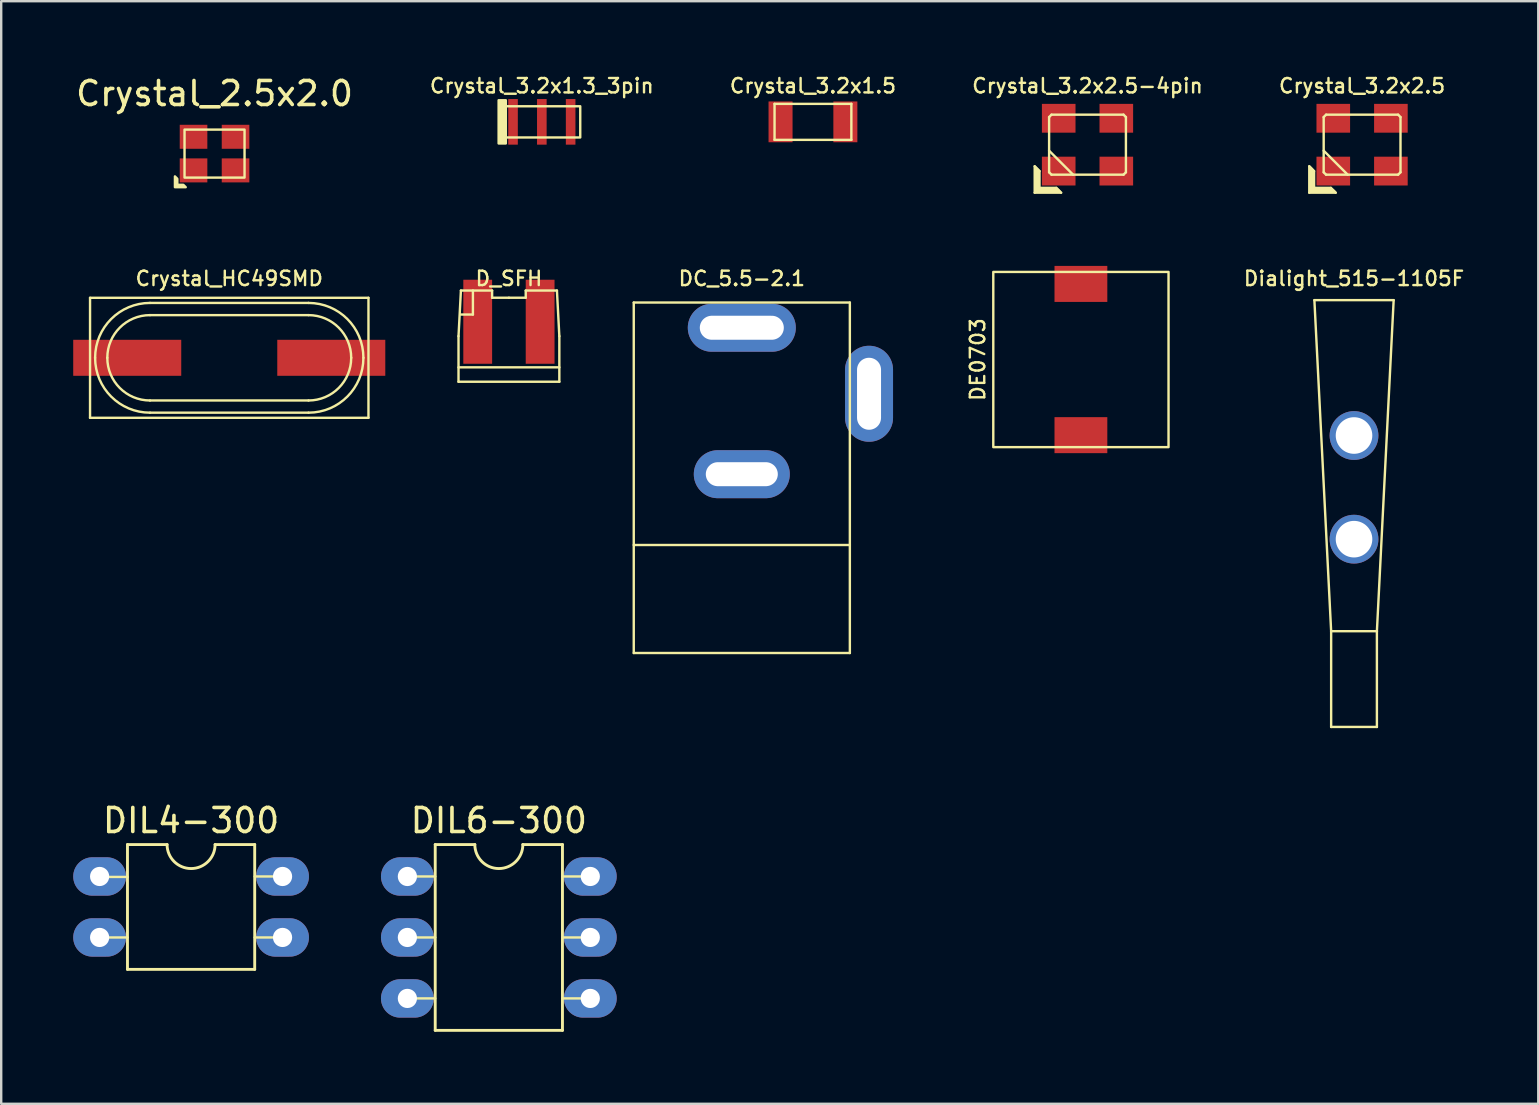
<source format=kicad_pcb>
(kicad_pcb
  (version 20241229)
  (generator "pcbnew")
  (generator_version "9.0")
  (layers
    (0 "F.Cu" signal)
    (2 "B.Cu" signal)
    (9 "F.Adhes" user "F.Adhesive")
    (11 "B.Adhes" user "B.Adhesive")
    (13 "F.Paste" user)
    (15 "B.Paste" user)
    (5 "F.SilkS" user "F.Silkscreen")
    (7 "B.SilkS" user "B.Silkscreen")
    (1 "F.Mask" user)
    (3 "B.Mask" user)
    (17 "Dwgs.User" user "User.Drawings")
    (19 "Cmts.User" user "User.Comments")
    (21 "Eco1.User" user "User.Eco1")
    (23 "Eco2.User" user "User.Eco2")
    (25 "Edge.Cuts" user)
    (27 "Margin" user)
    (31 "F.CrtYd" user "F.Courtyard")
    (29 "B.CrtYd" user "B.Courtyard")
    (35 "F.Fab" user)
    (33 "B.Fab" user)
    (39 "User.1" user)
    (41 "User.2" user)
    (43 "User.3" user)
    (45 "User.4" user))
  (footprint "Crystal_3.2x1.5"
    (layer "F.Cu")
    (at 30.815 2.026)
    (property "Reference" "Crystal_3.2x1.5" (at 0 -1.5 0) (layer "F.SilkS") (effects (font (size 0.6 0.6) (thickness 0.1))))
    (attr smd)
    (fp_line (start -1.6 -0.75) (end -1.6 0.75) (stroke (width 0.1) (type solid)) (layer "F.SilkS"))
    (fp_line (start -1.6 0.75) (end 1.6 0.75) (stroke (width 0.1) (type solid)) (layer "F.SilkS"))
    (fp_line (start 1.6 -0.75) (end -1.6 -0.75) (stroke (width 0.1) (type solid)) (layer "F.SilkS"))
    (fp_line (start 1.6 0.75) (end 1.6 -0.75) (stroke (width 0.1) (type solid)) (layer "F.SilkS"))
    (pad "1" smd rect (at -1.35 0) (size 1 1.7) (layers "F.Cu" "F.Mask" "F.Paste"))
    (pad "2" smd rect (at 1.35 0) (size 1 1.7) (layers "F.Cu" "F.Mask" "F.Paste")))
  (footprint "DIL6-300"
    (layer "F.Cu")
    (at 17.73 36.001)
    (property "Reference" "DIL6-300" (at 0 -4.87 0) (layer "F.SilkS") (effects (font (size 1 1) (thickness 0.15))))
    (attr through_hole)
    (fp_line (start -3.81 -2.54) (end -2.65 -2.54) (stroke (width 0.1) (type solid)) (layer "F.SilkS"))
    (fp_line (start -3.81 0) (end -2.65 0) (stroke (width 0.1) (type solid)) (layer "F.SilkS"))
    (fp_line (start -3.81 2.54) (end -2.65 2.54) (stroke (width 0.1) (type solid)) (layer "F.SilkS"))
    (fp_line (start -2.65 -3.87) (end -2.65 3.87) (stroke (width 0.12) (type solid)) (layer "F.SilkS"))
    (fp_line (start -2.65 3.87) (end 2.65 3.87) (stroke (width 0.12) (type solid)) (layer "F.SilkS"))
    (fp_line (start -1 -3.87) (end -2.65 -3.87) (stroke (width 0.12) (type solid)) (layer "F.SilkS"))
    (fp_line (start 2.65 -3.87) (end 1 -3.87) (stroke (width 0.12) (type solid)) (layer "F.SilkS"))
    (fp_line (start 2.65 3.87) (end 2.65 -3.87) (stroke (width 0.12) (type solid)) (layer "F.SilkS"))
    (fp_line (start 3.81 -2.54) (end 2.65 -2.54) (stroke (width 0.1) (type solid)) (layer "F.SilkS"))
    (fp_line (start 3.81 0) (end 2.65 0) (stroke (width 0.1) (type solid)) (layer "F.SilkS"))
    (fp_line (start 3.81 2.54) (end 2.65 2.54) (stroke (width 0.1) (type solid)) (layer "F.SilkS"))
    (fp_arc (start 1 -3.87) (mid 0 -2.87) (end -1 -3.87) (stroke (width 0.12) (type solid)) (layer "F.SilkS"))
    (pad "1" thru_hole oval (at -3.81 -2.54) (size 2.2 1.6) (drill 0.8) (layers "*.Cu" "*.Mask"))
    (pad "2" thru_hole oval (at -3.81 0) (size 2.2 1.6) (drill 0.8) (layers "*.Cu" "*.Mask"))
    (pad "3" thru_hole oval (at -3.81 2.54) (size 2.2 1.6) (drill 0.8) (layers "*.Cu" "*.Mask"))
    (pad "4" thru_hole oval (at 3.81 2.54) (size 2.2 1.6) (drill 0.8) (layers "*.Cu" "*.Mask"))
    (pad "5" thru_hole oval (at 3.81 0) (size 2.2 1.6) (drill 0.8) (layers "*.Cu" "*.Mask"))
    (pad "6" thru_hole oval (at 3.81 -2.54) (size 2.2 1.6) (drill 0.8) (layers "*.Cu" "*.Mask")))
  (footprint "Dialight_515-1105F"
    (layer "F.Cu")
    (at 53.353 18.353)
    (property "Reference" "Dialight_515-1105F" (at 0 -9.8 0) (unlocked yes) (layer "F.SilkS") (effects (font (size 0.6 0.6) (thickness 0.1))))
    (fp_line (start -1.65 -8.9) (end 1.652 -8.9) (stroke (width 0.1) (type default)) (layer "F.SilkS"))
    (fp_line (start -0.952 4.892) (end -1.65 -8.9) (stroke (width 0.1) (type default)) (layer "F.SilkS"))
    (fp_line (start -0.952 4.892) (end -0.952 8.88) (stroke (width 0.1) (type default)) (layer "F.SilkS"))
    (fp_line (start -0.952 8.88) (end 0.954 8.88) (stroke (width 0.1) (type default)) (layer "F.SilkS"))
    (fp_line (start 0.954 4.892) (end -0.952 4.892) (stroke (width 0.1) (type default)) (layer "F.SilkS"))
    (fp_line (start 0.954 4.892) (end 0.954 8.88) (stroke (width 0.1) (type default)) (layer "F.SilkS"))
    (fp_line (start 1.652 -8.9) (end 0.954 4.892) (stroke (width 0.1) (type default)) (layer "F.SilkS"))
    (pad "" np_thru_hole circle (at 0.001 -3.261) (size 2.032 2.032) (drill 1.524) (layers "*.Cu" "*.Mask"))
    (pad "" np_thru_hole circle (at 0.001 1.057) (size 2.032 2.032) (drill 1.524) (layers "*.Cu" "*.Mask")))
  (footprint "DC_5.5-2.1"
    (layer "F.Cu")
    (at 27.851 16.853)
    (property "Reference" "DC_5.5-2.1" (at 0 -8.3 0) (layer "F.SilkS") (effects (font (size 0.6 0.6) (thickness 0.1))))
    (attr through_hole)
    (fp_line (start -4.501 -7.3) (end -4.501 7.3) (stroke (width 0.1) (type solid)) (layer "F.SilkS"))
    (fp_line (start -4.501 2.799) (end 4.501 2.799) (stroke (width 0.1) (type solid)) (layer "F.SilkS"))
    (fp_line (start -4.501 7.3) (end 4.501 7.3) (stroke (width 0.1) (type solid)) (layer "F.SilkS"))
    (fp_line (start 4.501 -7.3) (end -4.501 -7.3) (stroke (width 0.1) (type solid)) (layer "F.SilkS"))
    (fp_line (start 4.501 7.3) (end 4.501 -7.3) (stroke (width 0.1) (type solid)) (layer "F.SilkS"))
    (pad "1" thru_hole oval (at 0 -6.25) (size 4.5 2) (drill oval 3.5 1) (layers "*.Cu" "*.Mask"))
    (pad "2" thru_hole oval (at 5.3 -3.5) (size 2 4) (drill oval 1 3) (layers "*.Cu" "*.Mask"))
    (pad "3" thru_hole oval (at 0 -0.15) (size 4 2) (drill oval 3 1) (layers "*.Cu" "*.Mask")))
  (footprint "Crystal_2.5x2.0"
    (layer "F.Cu")
    (at 5.887 3.348)
    (property "Reference" "Crystal_2.5x2.0" (at 0 -2.5 0) (layer "F.SilkS") (effects (font (size 1 1) (thickness 0.15))))
    (attr smd)
    (fp_rect (start -1.25 -1) (end 1.25 1) (stroke (width 0.1) (type solid)) (fill no) (layer "F.SilkS"))
    (fp_poly (pts (xy -1.55 1.05) (xy -1.55 1.3) (xy -1.3 1.3) (xy -1.2 1.4) (xy -1.65 1.4) (xy -1.65 0.95)) (stroke (width 0.1) (type solid)) (fill yes) (layer "F.SilkS"))
    (pad "0" smd rect (at -0.875 -0.7) (size 1.15 1) (layers "F.Cu" "F.Mask" "F.Paste"))
    (pad "0" smd rect (at 0.875 0.7) (size 1.15 1) (layers "F.Cu" "F.Mask" "F.Paste"))
    (pad "1" smd rect (at -0.875 0.7) (size 1.15 1) (layers "F.Cu" "F.Mask" "F.Paste"))
    (pad "2" smd rect (at 0.875 -0.7) (size 1.15 1) (layers "F.Cu" "F.Mask" "F.Paste")))
  (footprint "DE0703"
    (layer "F.Cu")
    (at 41.977 11.927)
    (property "Reference" "DE0703" (at -4.3 0 90) (unlocked yes) (layer "F.SilkS") (effects (font (size 0.6 0.6) (thickness 0.1))))
    (attr smd)
    (fp_rect (start -3.65 -3.65) (end 3.65 3.65) (stroke (width 0.1) (type solid)) (fill no) (layer "F.SilkS"))
    (pad "1" smd rect (at 0 -3.15) (size 2.2 1.5) (layers "F.Cu" "F.Mask" "F.Paste"))
    (pad "2" smd rect (at 0 3.15) (size 2.2 1.5) (layers "F.Cu" "F.Mask" "F.Paste")))
  (footprint "Crystal_3.2x2.5-4pin"
    (layer "F.Cu")
    (at 42.252 2.977)
    (property "Reference" "Crystal_3.2x2.5-4pin" (at 0 -2.45 0) (layer "F.SilkS") (effects (font (size 0.6 0.6) (thickness 0.1))))
    (attr smd)
    (fp_line (start -2.2 0.9) (end -2 1.1) (stroke (width 0.1) (type solid)) (layer "F.SilkS"))
    (fp_line (start -2.2 2) (end -2.2 0.9) (stroke (width 0.1) (type solid)) (layer "F.SilkS"))
    (fp_line (start -2.15 0.95) (end -2.15 1.95) (stroke (width 0.1) (type solid)) (layer "F.SilkS"))
    (fp_line (start -2.15 1.95) (end -1.15 1.95) (stroke (width 0.1) (type solid)) (layer "F.SilkS"))
    (fp_line (start -2.1 1) (end -2.1 1.9) (stroke (width 0.1) (type solid)) (layer "F.SilkS"))
    (fp_line (start -2.1 1.9) (end -1.2 1.9) (stroke (width 0.1) (type solid)) (layer "F.SilkS"))
    (fp_line (start -2.05 1.85) (end -2.05 1.05) (stroke (width 0.1) (type solid)) (layer "F.SilkS"))
    (fp_line (start -2 1.8) (end -2 1.1) (stroke (width 0.1) (type solid)) (layer "F.SilkS"))
    (fp_line (start -1.6 -1.15) (end -1.5 -1.25) (stroke (width 0.1) (type solid)) (layer "F.SilkS"))
    (fp_line (start -1.6 0.25) (end -0.6 1.25) (stroke (width 0.1) (type solid)) (layer "F.SilkS"))
    (fp_line (start -1.6 1.15) (end -1.6 -1.15) (stroke (width 0.1) (type solid)) (layer "F.SilkS"))
    (fp_line (start -1.5 -1.25) (end 1.5 -1.25) (stroke (width 0.1) (type solid)) (layer "F.SilkS"))
    (fp_line (start -1.5 1.25) (end -1.6 1.15) (stroke (width 0.1) (type solid)) (layer "F.SilkS"))
    (fp_line (start -1.3 1.8) (end -2 1.8) (stroke (width 0.1) (type solid)) (layer "F.SilkS"))
    (fp_line (start -1.3 1.8) (end -1.1 2) (stroke (width 0.1) (type solid)) (layer "F.SilkS"))
    (fp_line (start -1.25 1.85) (end -2.05 1.85) (stroke (width 0.1) (type solid)) (layer "F.SilkS"))
    (fp_line (start -1.1 2) (end -2.2 2) (stroke (width 0.1) (type solid)) (layer "F.SilkS"))
    (fp_line (start 1.5 -1.25) (end 1.6 -1.15) (stroke (width 0.1) (type solid)) (layer "F.SilkS"))
    (fp_line (start 1.5 1.25) (end -1.5 1.25) (stroke (width 0.1) (type solid)) (layer "F.SilkS"))
    (fp_line (start 1.6 -1.15) (end 1.6 1.15) (stroke (width 0.1) (type solid)) (layer "F.SilkS"))
    (fp_line (start 1.6 1.15) (end 1.5 1.25) (stroke (width 0.1) (type solid)) (layer "F.SilkS"))
    (pad "1" smd rect (at -1.2 1.1) (size 1.4 1.2) (layers "F.Cu" "F.Mask" "F.Paste"))
    (pad "2" smd rect (at 1.2 1.1) (size 1.4 1.2) (layers "F.Cu" "F.Mask" "F.Paste"))
    (pad "3" smd rect (at 1.2 -1.1) (size 1.4 1.2) (layers "F.Cu" "F.Mask" "F.Paste"))
    (pad "4" smd rect (at -1.2 -1.1) (size 1.4 1.2) (layers "F.Cu" "F.Mask" "F.Paste")))
  (footprint "Crystal_3.2x1.3_3pin"
    (layer "F.Cu")
    (at 19.521 2.026)
    (property "Reference" "Crystal_3.2x1.3_3pin" (at 0 -1.5 0) (layer "F.SilkS") (effects (font (size 0.6 0.6) (thickness 0.1))))
    (attr smd)
    (fp_rect (start -1.6 -0.65) (end 1.6 0.65) (stroke (width 0.1) (type solid)) (fill no) (layer "F.SilkS"))
    (fp_rect (start -1.5 -0.9) (end -1.8 0.9) (stroke (width 0.1) (type solid)) (fill yes) (layer "F.SilkS"))
    (pad "1" smd rect (at -1.2 0) (size 0.4 1.9) (layers "F.Cu" "F.Mask" "F.Paste"))
    (pad "2" smd rect (at 0 0) (size 0.4 1.9) (layers "F.Cu" "F.Mask" "F.Paste"))
    (pad "3" smd rect (at 1.2 0) (size 0.4 1.9) (layers "F.Cu" "F.Mask" "F.Paste")))
  (footprint "DIL4-300"
    (layer "F.Cu")
    (at 4.91 34.731)
    (property "Reference" "DIL4-300" (at 0 -3.6 0) (layer "F.SilkS") (effects (font (size 1 1) (thickness 0.15))))
    (attr through_hole)
    (fp_line (start -3.81 -1.25) (end -2.65 -1.25) (stroke (width 0.1) (type solid)) (layer "F.SilkS"))
    (fp_line (start -3.81 1.27) (end -2.65 1.27) (stroke (width 0.1) (type solid)) (layer "F.SilkS"))
    (fp_line (start -2.65 -2.6) (end -2.65 2.6) (stroke (width 0.12) (type solid)) (layer "F.SilkS"))
    (fp_line (start -2.65 2.6) (end 2.65 2.6) (stroke (width 0.12) (type solid)) (layer "F.SilkS"))
    (fp_line (start -1 -2.6) (end -2.65 -2.6) (stroke (width 0.12) (type solid)) (layer "F.SilkS"))
    (fp_line (start 2.65 -2.6) (end 1 -2.6) (stroke (width 0.12) (type solid)) (layer "F.SilkS"))
    (fp_line (start 2.65 -1.27) (end 3.81 -1.27) (stroke (width 0.1) (type solid)) (layer "F.SilkS"))
    (fp_line (start 2.65 1.27) (end 3.81 1.27) (stroke (width 0.1) (type solid)) (layer "F.SilkS"))
    (fp_line (start 2.65 2.6) (end 2.65 -2.6) (stroke (width 0.12) (type solid)) (layer "F.SilkS"))
    (fp_arc (start 1 -2.6) (mid 0 -1.6) (end -1 -2.6) (stroke (width 0.12) (type solid)) (layer "F.SilkS"))
    (pad "1" thru_hole oval (at -3.81 -1.27) (size 2.2 1.6) (drill 0.8) (layers "*.Cu" "*.Mask"))
    (pad "2" thru_hole oval (at -3.81 1.27) (size 2.2 1.6) (drill 0.8) (layers "*.Cu" "*.Mask"))
    (pad "3" thru_hole oval (at 3.81 1.27) (size 2.2 1.6) (drill 0.8) (layers "*.Cu" "*.Mask"))
    (pad "4" thru_hole oval (at 3.81 -1.27) (size 2.2 1.6) (drill 0.8) (layers "*.Cu" "*.Mask")))
  (footprint "Crystal_3.2x2.5"
    (layer "F.Cu")
    (at 53.69 2.977)
    (property "Reference" "Crystal_3.2x2.5" (at 0 -2.45 0) (layer "F.SilkS") (effects (font (size 0.6 0.6) (thickness 0.1))))
    (attr smd)
    (fp_line (start -2.2 0.9) (end -2 1.1) (stroke (width 0.1) (type solid)) (layer "F.SilkS"))
    (fp_line (start -2.2 2) (end -2.2 0.9) (stroke (width 0.1) (type solid)) (layer "F.SilkS"))
    (fp_line (start -2.15 0.95) (end -2.15 1.95) (stroke (width 0.1) (type solid)) (layer "F.SilkS"))
    (fp_line (start -2.15 1.95) (end -1.15 1.95) (stroke (width 0.1) (type solid)) (layer "F.SilkS"))
    (fp_line (start -2.1 1) (end -2.1 1.9) (stroke (width 0.1) (type solid)) (layer "F.SilkS"))
    (fp_line (start -2.1 1.9) (end -1.2 1.9) (stroke (width 0.1) (type solid)) (layer "F.SilkS"))
    (fp_line (start -2.05 1.85) (end -2.05 1.05) (stroke (width 0.1) (type solid)) (layer "F.SilkS"))
    (fp_line (start -2 1.8) (end -2 1.1) (stroke (width 0.1) (type solid)) (layer "F.SilkS"))
    (fp_line (start -2 1.8) (end -1.3 1.8) (stroke (width 0.1) (type solid)) (layer "F.SilkS"))
    (fp_line (start -1.6 -1.15) (end -1.5 -1.25) (stroke (width 0.1) (type solid)) (layer "F.SilkS"))
    (fp_line (start -1.6 0.25) (end -0.6 1.25) (stroke (width 0.1) (type solid)) (layer "F.SilkS"))
    (fp_line (start -1.6 1.15) (end -1.6 -1.15) (stroke (width 0.1) (type solid)) (layer "F.SilkS"))
    (fp_line (start -1.5 -1.25) (end 1.5 -1.25) (stroke (width 0.1) (type solid)) (layer "F.SilkS"))
    (fp_line (start -1.5 1.25) (end -1.6 1.15) (stroke (width 0.1) (type solid)) (layer "F.SilkS"))
    (fp_line (start -1.3 1.8) (end -1.1 2) (stroke (width 0.1) (type solid)) (layer "F.SilkS"))
    (fp_line (start -1.25 1.85) (end -2.05 1.85) (stroke (width 0.1) (type solid)) (layer "F.SilkS"))
    (fp_line (start -1.1 2) (end -2.2 2) (stroke (width 0.1) (type solid)) (layer "F.SilkS"))
    (fp_line (start 1.5 -1.25) (end 1.6 -1.15) (stroke (width 0.1) (type solid)) (layer "F.SilkS"))
    (fp_line (start 1.5 1.25) (end -1.5 1.25) (stroke (width 0.1) (type solid)) (layer "F.SilkS"))
    (fp_line (start 1.6 -1.15) (end 1.6 1.15) (stroke (width 0.1) (type solid)) (layer "F.SilkS"))
    (fp_line (start 1.6 1.15) (end 1.5 1.25) (stroke (width 0.1) (type solid)) (layer "F.SilkS"))
    (pad "0" smd rect (at -1.2 -1.1) (size 1.4 1.2) (layers "F.Cu" "F.Mask" "F.Paste"))
    (pad "0" smd rect (at 1.2 1.1) (size 1.4 1.2) (layers "F.Cu" "F.Mask" "F.Paste"))
    (pad "1" smd rect (at -1.2 1.1) (size 1.4 1.2) (layers "F.Cu" "F.Mask" "F.Paste"))
    (pad "2" smd rect (at 1.2 -1.1) (size 1.4 1.2) (layers "F.Cu" "F.Mask" "F.Paste")))
  (footprint "D_SFH"
    (layer "F.Cu")
    (at 18.15 10.953)
    (property "Reference" "D_SFH" (at 0 -2.4 0) (layer "F.SilkS") (effects (font (size 0.6 0.6) (thickness 0.1))))
    (attr through_hole)
    (fp_line (start -2.1 0) (end -2.1 1.9) (stroke (width 0.1) (type solid)) (layer "F.SilkS"))
    (fp_line (start -2.1 0) (end -2 -1.9) (stroke (width 0.1) (type solid)) (layer "F.SilkS"))
    (fp_line (start -2.1 1.3) (end 2.1 1.3) (stroke (width 0.1) (type solid)) (layer "F.SilkS"))
    (fp_line (start -2.1 1.9) (end 2.1 1.9) (stroke (width 0.1) (type solid)) (layer "F.SilkS"))
    (fp_line (start -1.5 -1.9) (end -1.5 -0.9) (stroke (width 0.1) (type solid)) (layer "F.SilkS"))
    (fp_line (start -1.5 -0.9) (end -2 -0.9) (stroke (width 0.1) (type solid)) (layer "F.SilkS"))
    (fp_line (start -0.7 -1.9) (end -2 -1.9) (stroke (width 0.1) (type solid)) (layer "F.SilkS"))
    (fp_line (start -0.7 -1.9) (end -0.7 -1.6) (stroke (width 0.1) (type solid)) (layer "F.SilkS"))
    (fp_line (start 0 -1.6) (end -0.7 -1.6) (stroke (width 0.1) (type solid)) (layer "F.SilkS"))
    (fp_line (start 0 -1.6) (end 0.7 -1.6) (stroke (width 0.1) (type solid)) (layer "F.SilkS"))
    (fp_line (start 0.7 -1.9) (end 2 -1.9) (stroke (width 0.1) (type solid)) (layer "F.SilkS"))
    (fp_line (start 0.7 -1.6) (end 0.7 -1.9) (stroke (width 0.1) (type solid)) (layer "F.SilkS"))
    (fp_line (start 2.1 0) (end 2 -1.9) (stroke (width 0.1) (type solid)) (layer "F.SilkS"))
    (fp_line (start 2.1 1.9) (end 2.1 0) (stroke (width 0.1) (type solid)) (layer "F.SilkS"))
    (pad "1" smd rect (at -1.3 -0.6) (size 1.2 3.5) (layers "F.Cu" "F.Mask" "F.Paste"))
    (pad "2" smd rect (at 1.3 -0.6) (size 1.2 3.5) (layers "F.Cu" "F.Mask" "F.Paste")))
  (footprint "Crystal_HC49SMD"
    (layer "F.Cu")
    (at 6.5 11.855)
    (property "Reference" "Crystal_HC49SMD" (at 0 -3.302 0) (layer "F.SilkS") (effects (font (size 0.6 0.6) (thickness 0.1))))
    (attr smd)
    (fp_line (start -5.799 -2.499) (end -5.799 2.499) (stroke (width 0.1) (type solid)) (layer "F.SilkS"))
    (fp_line (start -5.799 2.499) (end 5.799 2.499) (stroke (width 0.1) (type solid)) (layer "F.SilkS"))
    (fp_line (start -3.302 -2.286) (end 3.302 -2.286) (stroke (width 0.1) (type solid)) (layer "F.SilkS"))
    (fp_line (start -3.302 1.778) (end 3.302 1.778) (stroke (width 0.1) (type solid)) (layer "F.SilkS"))
    (fp_line (start 3.302 -1.778) (end -3.302 -1.778) (stroke (width 0.1) (type solid)) (layer "F.SilkS"))
    (fp_line (start 3.302 2.286) (end -3.302 2.286) (stroke (width 0.1) (type solid)) (layer "F.SilkS"))
    (fp_line (start 5.799 -2.499) (end -5.799 -2.499) (stroke (width 0.1) (type solid)) (layer "F.SilkS"))
    (fp_line (start 5.799 2.499) (end 5.799 -2.499) (stroke (width 0.1) (type solid)) (layer "F.SilkS"))
    (fp_arc (start -5.588 0) (mid -4.918446 -1.616446) (end -3.302 -2.286) (stroke (width 0.1) (type solid)) (layer "F.SilkS"))
    (fp_arc (start -5.08 0) (mid -4.559236 -1.257236) (end -3.302 -1.778) (stroke (width 0.1) (type solid)) (layer "F.SilkS"))
    (fp_arc (start -3.302 1.778) (mid -4.559236 1.257236) (end -5.08 0) (stroke (width 0.1) (type solid)) (layer "F.SilkS"))
    (fp_arc (start -3.302 2.286) (mid -4.918446 1.616446) (end -5.588 0) (stroke (width 0.1) (type solid)) (layer "F.SilkS"))
    (fp_arc (start 3.302 -2.286) (mid 4.918446 -1.616446) (end 5.588 0) (stroke (width 0.1) (type solid)) (layer "F.SilkS"))
    (fp_arc (start 3.302 -1.778) (mid 4.559236 -1.257236) (end 5.08 0) (stroke (width 0.1) (type solid)) (layer "F.SilkS"))
    (fp_arc (start 5.08 0) (mid 4.559236 1.257236) (end 3.302 1.778) (stroke (width 0.1) (type solid)) (layer "F.SilkS"))
    (fp_arc (start 5.588 0) (mid 4.918446 1.616446) (end 3.302 2.286) (stroke (width 0.1) (type solid)) (layer "F.SilkS"))
    (pad "1" smd rect (at -4.25 0) (size 4.5 1.5) (layers "F.Cu" "F.Mask" "F.Paste"))
    (pad "2" smd rect (at 4.25 0) (size 4.5 1.5) (layers "F.Cu" "F.Mask" "F.Paste")))
  (gr_rect
    (start -3 -3)
    (end 61.029 42.931)
    (stroke (width 0.1) (type default))
    (fill no)
    (layer "Edge.Cuts")))
</source>
